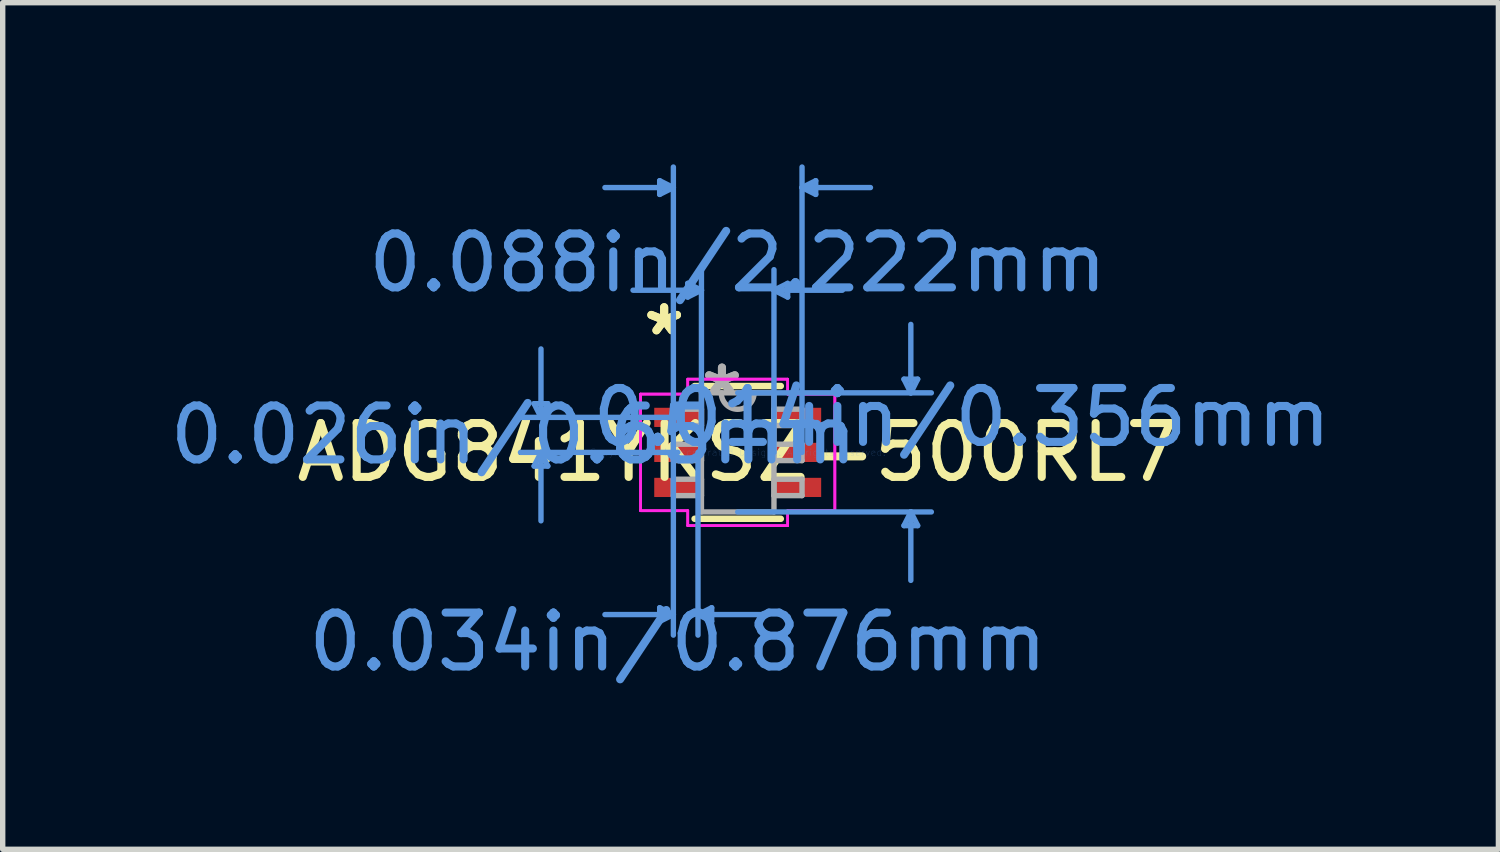
<source format=kicad_pcb>
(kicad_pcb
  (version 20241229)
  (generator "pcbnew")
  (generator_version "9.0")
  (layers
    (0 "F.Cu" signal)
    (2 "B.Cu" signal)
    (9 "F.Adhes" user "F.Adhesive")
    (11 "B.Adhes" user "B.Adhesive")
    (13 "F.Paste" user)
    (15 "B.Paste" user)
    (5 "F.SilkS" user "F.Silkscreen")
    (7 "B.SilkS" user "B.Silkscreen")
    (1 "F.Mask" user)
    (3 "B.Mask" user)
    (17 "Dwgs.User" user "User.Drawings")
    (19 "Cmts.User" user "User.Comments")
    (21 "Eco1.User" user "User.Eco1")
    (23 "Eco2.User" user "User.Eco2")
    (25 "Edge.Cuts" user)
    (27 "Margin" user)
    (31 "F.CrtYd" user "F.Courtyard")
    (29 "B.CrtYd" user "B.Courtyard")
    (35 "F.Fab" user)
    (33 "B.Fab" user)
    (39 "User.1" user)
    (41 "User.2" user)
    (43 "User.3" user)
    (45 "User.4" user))
  (footprint "ADG841YKSZ-500RL7"
    (layer "F.Cu")
    (at 10.641 5.346)
    (property "Reference" "ADG841YKSZ-500RL7" (at 0 0 0) (layer "F.SilkS") (effects (font (size 1 1) (thickness 0.15))))
    (attr through_hole)
    (fp_line (start -0.8 1.232) (end 0.8 1.232) (stroke (width 0.12) (type solid)) (layer "F.SilkS"))
    (fp_line (start 0.8 -1.232) (end -0.8 -1.232) (stroke (width 0.12) (type solid)) (layer "F.SilkS"))
    (fp_line (start -3.778 -0.904) (end -3.524 -0.904) (stroke (width 0.1) (type solid)) (layer "Cmts.User"))
    (fp_line (start -3.778 0.254) (end -3.524 0.254) (stroke (width 0.1) (type solid)) (layer "Cmts.User"))
    (fp_line (start -3.651 -0.65) (end -3.778 -0.904) (stroke (width 0.1) (type solid)) (layer "Cmts.User"))
    (fp_line (start -3.651 -0.65) (end -3.651 -1.92) (stroke (width 0.1) (type solid)) (layer "Cmts.User"))
    (fp_line (start -3.651 -0.65) (end -3.524 -0.904) (stroke (width 0.1) (type solid)) (layer "Cmts.User"))
    (fp_line (start -3.651 0) (end -3.778 0.254) (stroke (width 0.1) (type solid)) (layer "Cmts.User"))
    (fp_line (start -3.651 0) (end -3.651 1.27) (stroke (width 0.1) (type solid)) (layer "Cmts.User"))
    (fp_line (start -3.651 0) (end -3.524 0.254) (stroke (width 0.1) (type solid)) (layer "Cmts.User"))
    (fp_line (start -1.448 -5.042) (end -1.448 -4.788) (stroke (width 0.1) (type solid)) (layer "Cmts.User"))
    (fp_line (start -1.448 2.883) (end -1.448 3.137) (stroke (width 0.1) (type solid)) (layer "Cmts.User"))
    (fp_line (start -1.194 -4.915) (end -2.464 -4.915) (stroke (width 0.1) (type solid)) (layer "Cmts.User"))
    (fp_line (start -1.194 -4.915) (end -1.448 -5.042) (stroke (width 0.1) (type solid)) (layer "Cmts.User"))
    (fp_line (start -1.194 -4.915) (end -1.448 -4.788) (stroke (width 0.1) (type solid)) (layer "Cmts.User"))
    (fp_line (start -1.194 0) (end -1.194 -5.296) (stroke (width 0.1) (type solid)) (layer "Cmts.User"))
    (fp_line (start -1.194 0) (end -1.194 3.391) (stroke (width 0.1) (type solid)) (layer "Cmts.User"))
    (fp_line (start -1.194 3.01) (end -2.464 3.01) (stroke (width 0.1) (type solid)) (layer "Cmts.User"))
    (fp_line (start -1.194 3.01) (end -1.448 2.883) (stroke (width 0.1) (type solid)) (layer "Cmts.User"))
    (fp_line (start -1.194 3.01) (end -1.448 3.137) (stroke (width 0.1) (type solid)) (layer "Cmts.User"))
    (fp_line (start -1.111 -0.65) (end -4.032 -0.65) (stroke (width 0.1) (type solid)) (layer "Cmts.User"))
    (fp_line (start -1.111 0) (end -4.032 0) (stroke (width 0.1) (type solid)) (layer "Cmts.User"))
    (fp_line (start -0.927 -3.137) (end -0.927 -2.883) (stroke (width 0.1) (type solid)) (layer "Cmts.User"))
    (fp_line (start -0.737 0) (end -0.737 3.391) (stroke (width 0.1) (type solid)) (layer "Cmts.User"))
    (fp_line (start -0.737 3.01) (end -0.483 2.883) (stroke (width 0.1) (type solid)) (layer "Cmts.User"))
    (fp_line (start -0.737 3.01) (end -0.483 3.137) (stroke (width 0.1) (type solid)) (layer "Cmts.User"))
    (fp_line (start -0.737 3.01) (end 0.533 3.01) (stroke (width 0.1) (type solid)) (layer "Cmts.User"))
    (fp_line (start -0.673 -3.01) (end -1.943 -3.01) (stroke (width 0.1) (type solid)) (layer "Cmts.User"))
    (fp_line (start -0.673 -3.01) (end -0.927 -3.137) (stroke (width 0.1) (type solid)) (layer "Cmts.User"))
    (fp_line (start -0.673 -3.01) (end -0.927 -2.883) (stroke (width 0.1) (type solid)) (layer "Cmts.User"))
    (fp_line (start -0.673 0) (end -0.673 -3.391) (stroke (width 0.1) (type solid)) (layer "Cmts.User"))
    (fp_line (start -0.483 2.883) (end -0.483 3.137) (stroke (width 0.1) (type solid)) (layer "Cmts.User"))
    (fp_line (start 0 -1.105) (end 3.594 -1.105) (stroke (width 0.1) (type solid)) (layer "Cmts.User"))
    (fp_line (start 0 1.105) (end 3.594 1.105) (stroke (width 0.1) (type solid)) (layer "Cmts.User"))
    (fp_line (start 0.673 -3.01) (end 0.927 -3.137) (stroke (width 0.1) (type solid)) (layer "Cmts.User"))
    (fp_line (start 0.673 -3.01) (end 0.927 -2.883) (stroke (width 0.1) (type solid)) (layer "Cmts.User"))
    (fp_line (start 0.673 -3.01) (end 1.943 -3.01) (stroke (width 0.1) (type solid)) (layer "Cmts.User"))
    (fp_line (start 0.673 0) (end 0.673 -3.391) (stroke (width 0.1) (type solid)) (layer "Cmts.User"))
    (fp_line (start 0.927 -3.137) (end 0.927 -2.883) (stroke (width 0.1) (type solid)) (layer "Cmts.User"))
    (fp_line (start 1.194 -4.915) (end 1.448 -5.042) (stroke (width 0.1) (type solid)) (layer "Cmts.User"))
    (fp_line (start 1.194 -4.915) (end 1.448 -4.788) (stroke (width 0.1) (type solid)) (layer "Cmts.User"))
    (fp_line (start 1.194 -4.915) (end 2.464 -4.915) (stroke (width 0.1) (type solid)) (layer "Cmts.User"))
    (fp_line (start 1.194 0) (end 1.194 -5.296) (stroke (width 0.1) (type solid)) (layer "Cmts.User"))
    (fp_line (start 1.448 -5.042) (end 1.448 -4.788) (stroke (width 0.1) (type solid)) (layer "Cmts.User"))
    (fp_line (start 3.086 -1.359) (end 3.34 -1.359) (stroke (width 0.1) (type solid)) (layer "Cmts.User"))
    (fp_line (start 3.086 1.359) (end 3.34 1.359) (stroke (width 0.1) (type solid)) (layer "Cmts.User"))
    (fp_line (start 3.213 -1.105) (end 3.086 -1.359) (stroke (width 0.1) (type solid)) (layer "Cmts.User"))
    (fp_line (start 3.213 -1.105) (end 3.213 -2.375) (stroke (width 0.1) (type solid)) (layer "Cmts.User"))
    (fp_line (start 3.213 -1.105) (end 3.34 -1.359) (stroke (width 0.1) (type solid)) (layer "Cmts.User"))
    (fp_line (start 3.213 1.105) (end 3.086 1.359) (stroke (width 0.1) (type solid)) (layer "Cmts.User"))
    (fp_line (start 3.213 1.105) (end 3.213 2.375) (stroke (width 0.1) (type solid)) (layer "Cmts.User"))
    (fp_line (start 3.213 1.105) (end 3.34 1.359) (stroke (width 0.1) (type solid)) (layer "Cmts.User"))
    (fp_line (start -1.803 -1.082) (end -0.927 -1.082) (stroke (width 0.05) (type solid)) (layer "F.CrtYd"))
    (fp_line (start -1.803 -1.082) (end -0.927 -1.082) (stroke (width 0.05) (type solid)) (layer "F.CrtYd"))
    (fp_line (start -1.803 1.082) (end -1.803 -1.082) (stroke (width 0.05) (type solid)) (layer "F.CrtYd"))
    (fp_line (start -1.803 1.082) (end -1.803 -1.082) (stroke (width 0.05) (type solid)) (layer "F.CrtYd"))
    (fp_line (start -1.803 1.082) (end -0.927 1.082) (stroke (width 0.05) (type solid)) (layer "F.CrtYd"))
    (fp_line (start -0.927 -1.359) (end 0.927 -1.359) (stroke (width 0.05) (type solid)) (layer "F.CrtYd"))
    (fp_line (start -0.927 -1.359) (end 0.927 -1.359) (stroke (width 0.05) (type solid)) (layer "F.CrtYd"))
    (fp_line (start -0.927 -1.082) (end -0.927 -1.359) (stroke (width 0.05) (type solid)) (layer "F.CrtYd"))
    (fp_line (start -0.927 -1.082) (end -0.927 -1.359) (stroke (width 0.05) (type solid)) (layer "F.CrtYd"))
    (fp_line (start -0.927 1.082) (end -1.803 1.082) (stroke (width 0.05) (type solid)) (layer "F.CrtYd"))
    (fp_line (start -0.927 1.359) (end -0.927 1.082) (stroke (width 0.05) (type solid)) (layer "F.CrtYd"))
    (fp_line (start -0.927 1.359) (end -0.927 1.082) (stroke (width 0.05) (type solid)) (layer "F.CrtYd"))
    (fp_line (start 0.927 -1.359) (end 0.927 -1.082) (stroke (width 0.05) (type solid)) (layer "F.CrtYd"))
    (fp_line (start 0.927 -1.359) (end 0.927 -1.082) (stroke (width 0.05) (type solid)) (layer "F.CrtYd"))
    (fp_line (start 0.927 -1.082) (end 1.803 -1.082) (stroke (width 0.05) (type solid)) (layer "F.CrtYd"))
    (fp_line (start 0.927 1.082) (end 0.927 1.359) (stroke (width 0.05) (type solid)) (layer "F.CrtYd"))
    (fp_line (start 0.927 1.082) (end 0.927 1.359) (stroke (width 0.05) (type solid)) (layer "F.CrtYd"))
    (fp_line (start 0.927 1.359) (end -0.927 1.359) (stroke (width 0.05) (type solid)) (layer "F.CrtYd"))
    (fp_line (start 0.927 1.359) (end -0.927 1.359) (stroke (width 0.05) (type solid)) (layer "F.CrtYd"))
    (fp_line (start 1.803 -1.082) (end 0.927 -1.082) (stroke (width 0.05) (type solid)) (layer "F.CrtYd"))
    (fp_line (start 1.803 -1.082) (end 1.803 1.082) (stroke (width 0.05) (type solid)) (layer "F.CrtYd"))
    (fp_line (start 1.803 -1.082) (end 1.803 1.082) (stroke (width 0.05) (type solid)) (layer "F.CrtYd"))
    (fp_line (start 1.803 1.082) (end 0.927 1.082) (stroke (width 0.05) (type solid)) (layer "F.CrtYd"))
    (fp_line (start 1.803 1.082) (end 0.927 1.082) (stroke (width 0.05) (type solid)) (layer "F.CrtYd"))
    (fp_line (start -1.194 -0.802) (end -1.194 -0.498) (stroke (width 0.1) (type solid)) (layer "F.Fab"))
    (fp_line (start -1.194 -0.498) (end -0.673 -0.498) (stroke (width 0.1) (type solid)) (layer "F.Fab"))
    (fp_line (start -1.194 -0.152) (end -1.194 0.152) (stroke (width 0.1) (type solid)) (layer "F.Fab"))
    (fp_line (start -1.194 0.152) (end -0.673 0.152) (stroke (width 0.1) (type solid)) (layer "F.Fab"))
    (fp_line (start -1.194 0.498) (end -1.194 0.802) (stroke (width 0.1) (type solid)) (layer "F.Fab"))
    (fp_line (start -1.194 0.802) (end -0.673 0.802) (stroke (width 0.1) (type solid)) (layer "F.Fab"))
    (fp_line (start -0.673 -1.105) (end -0.673 1.105) (stroke (width 0.1) (type solid)) (layer "F.Fab"))
    (fp_line (start -0.673 -0.802) (end -1.194 -0.802) (stroke (width 0.1) (type solid)) (layer "F.Fab"))
    (fp_line (start -0.673 -0.498) (end -0.673 -0.802) (stroke (width 0.1) (type solid)) (layer "F.Fab"))
    (fp_line (start -0.673 -0.152) (end -1.194 -0.152) (stroke (width 0.1) (type solid)) (layer "F.Fab"))
    (fp_line (start -0.673 0.152) (end -0.673 -0.152) (stroke (width 0.1) (type solid)) (layer "F.Fab"))
    (fp_line (start -0.673 0.498) (end -1.194 0.498) (stroke (width 0.1) (type solid)) (layer "F.Fab"))
    (fp_line (start -0.673 0.802) (end -0.673 0.498) (stroke (width 0.1) (type solid)) (layer "F.Fab"))
    (fp_line (start -0.673 1.105) (end 0.673 1.105) (stroke (width 0.1) (type solid)) (layer "F.Fab"))
    (fp_line (start 0.673 -1.105) (end -0.673 -1.105) (stroke (width 0.1) (type solid)) (layer "F.Fab"))
    (fp_line (start 0.673 -0.802) (end 0.673 -0.498) (stroke (width 0.1) (type solid)) (layer "F.Fab"))
    (fp_line (start 0.673 -0.498) (end 1.194 -0.498) (stroke (width 0.1) (type solid)) (layer "F.Fab"))
    (fp_line (start 0.673 -0.152) (end 0.673 0.152) (stroke (width 0.1) (type solid)) (layer "F.Fab"))
    (fp_line (start 0.673 0.152) (end 1.194 0.152) (stroke (width 0.1) (type solid)) (layer "F.Fab"))
    (fp_line (start 0.673 0.498) (end 0.673 0.802) (stroke (width 0.1) (type solid)) (layer "F.Fab"))
    (fp_line (start 0.673 0.802) (end 1.194 0.802) (stroke (width 0.1) (type solid)) (layer "F.Fab"))
    (fp_line (start 0.673 1.105) (end 0.673 -1.105) (stroke (width 0.1) (type solid)) (layer "F.Fab"))
    (fp_line (start 1.194 -0.802) (end 0.673 -0.802) (stroke (width 0.1) (type solid)) (layer "F.Fab"))
    (fp_line (start 1.194 -0.498) (end 1.194 -0.802) (stroke (width 0.1) (type solid)) (layer "F.Fab"))
    (fp_line (start 1.194 -0.152) (end 0.673 -0.152) (stroke (width 0.1) (type solid)) (layer "F.Fab"))
    (fp_line (start 1.194 0.152) (end 1.194 -0.152) (stroke (width 0.1) (type solid)) (layer "F.Fab"))
    (fp_line (start 1.194 0.498) (end 0.673 0.498) (stroke (width 0.1) (type solid)) (layer "F.Fab"))
    (fp_line (start 1.194 0.802) (end 1.194 0.498) (stroke (width 0.1) (type solid)) (layer "F.Fab"))
    (fp_arc (start 0.3048 -1.1049) (mid 0 -0.8001) (end -0.3048 -1.1049) (stroke (width 0.1) (type solid)) (layer "F.Fab"))
    (fp_text user "*" (at -1.365 -2.149 0) (layer "F.SilkS") (effects (font (size 1 1) (thickness 0.15))))
    (fp_text user "*" (at -1.365 -2.149 0) (layer "F.SilkS") (effects (font (size 1 1) (thickness 0.15))))
    (fp_text user "0.088in/2.222mm" (at 0 -3.518 0) (layer "Cmts.User") (effects (font (size 1 1) (thickness 0.15))))
    (fp_text user "0.014in/0.356mm" (at 4.159 -0.65 0) (layer "Cmts.User") (effects (font (size 1 1) (thickness 0.15))))
    (fp_text user "Copyright 2021 Accelerated Designs. All rights reserved." (at 0 0 0) (layer "Cmts.User") (effects (font (size 0.127 0.127) (thickness 0.002))))
    (fp_text user "0.026in/0.65mm" (at -4.159 -0.325 0) (layer "Cmts.User") (effects (font (size 1 1) (thickness 0.15))))
    (fp_text user "0.034in/0.876mm" (at -1.111 3.518 0) (layer "Cmts.User") (effects (font (size 1 1) (thickness 0.15))))
    (fp_text user "*" (at -0.292 -1.029 0) (layer "F.Fab") (effects (font (size 1 1) (thickness 0.15))))
    (fp_text user "*" (at -0.292 -1.029 0) (layer "F.Fab") (effects (font (size 1 1) (thickness 0.15))))
    (pad "1" smd rect (at -1.111 -0.65) (size 0.876 0.356) (layers "F.Cu" "F.Mask" "F.Paste"))
    (pad "2" smd rect (at -1.111 0) (size 0.876 0.356) (layers "F.Cu" "F.Mask" "F.Paste"))
    (pad "3" smd rect (at -1.111 0.65) (size 0.876 0.356) (layers "F.Cu" "F.Mask" "F.Paste"))
    (pad "4" smd rect (at 1.111 0.65) (size 0.876 0.356) (layers "F.Cu" "F.Mask" "F.Paste"))
    (pad "5" smd rect (at 1.111 0) (size 0.876 0.356) (layers "F.Cu" "F.Mask" "F.Paste"))
    (pad "6" smd rect (at 1.111 -0.65) (size 0.876 0.356) (layers "F.Cu" "F.Mask" "F.Paste")))
  (gr_rect
    (start -3 -3)
    (end 24.759 12.712)
    (stroke (width 0.1) (type default))
    (fill no)
    (layer "Edge.Cuts")))
</source>
